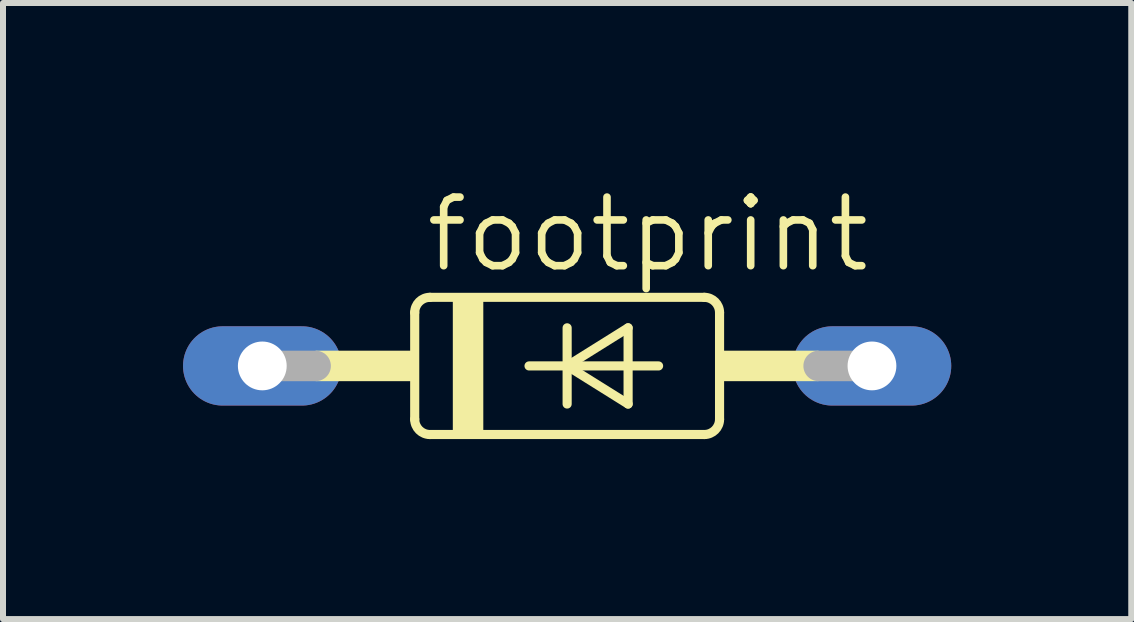
<source format=kicad_pcb>
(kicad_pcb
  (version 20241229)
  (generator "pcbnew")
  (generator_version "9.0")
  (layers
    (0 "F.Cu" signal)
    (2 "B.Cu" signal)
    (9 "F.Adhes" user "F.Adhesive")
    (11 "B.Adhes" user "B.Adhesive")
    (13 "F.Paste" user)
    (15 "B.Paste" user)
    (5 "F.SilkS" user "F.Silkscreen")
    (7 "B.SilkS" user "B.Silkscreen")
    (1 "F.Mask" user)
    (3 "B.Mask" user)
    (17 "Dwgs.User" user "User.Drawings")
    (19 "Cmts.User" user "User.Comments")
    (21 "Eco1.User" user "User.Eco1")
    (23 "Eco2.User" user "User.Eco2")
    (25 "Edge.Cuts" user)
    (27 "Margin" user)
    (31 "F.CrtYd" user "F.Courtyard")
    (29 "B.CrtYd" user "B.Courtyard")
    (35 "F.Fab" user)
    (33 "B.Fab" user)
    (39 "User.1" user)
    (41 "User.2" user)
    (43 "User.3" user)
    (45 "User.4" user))
  (footprint "footprint"
    (layer "F.Cu")
    (at 6.401 3.048)
    (property "Reference" "footprint" (at -2.413 -1.524 0) (layer "F.SilkS") (effects (font (size 1.143 1.143) (thickness 0.127)) (justify left bottom)))
    (fp_line (start -2.54 -0.889) (end -2.54 0.889) (stroke (width 0.152) (type solid)) (layer "F.SilkS"))
    (fp_line (start -2.286 -1.143) (end 2.286 -1.143) (stroke (width 0.152) (type solid)) (layer "F.SilkS"))
    (fp_line (start -2.286 1.143) (end 2.286 1.143) (stroke (width 0.152) (type solid)) (layer "F.SilkS"))
    (fp_line (start -0.635 0) (end 0 0) (stroke (width 0.152) (type solid)) (layer "F.SilkS"))
    (fp_line (start 0 -0.635) (end 0 0) (stroke (width 0.152) (type solid)) (layer "F.SilkS"))
    (fp_line (start 0 0) (end 0 0.635) (stroke (width 0.152) (type solid)) (layer "F.SilkS"))
    (fp_line (start 0 0) (end 1.016 -0.635) (stroke (width 0.152) (type solid)) (layer "F.SilkS"))
    (fp_line (start 0 0) (end 1.524 0) (stroke (width 0.152) (type solid)) (layer "F.SilkS"))
    (fp_line (start 1.016 -0.635) (end 1.016 0.635) (stroke (width 0.152) (type solid)) (layer "F.SilkS"))
    (fp_line (start 1.016 0.635) (end 0 0) (stroke (width 0.152) (type solid)) (layer "F.SilkS"))
    (fp_line (start 2.54 0.889) (end 2.54 -0.889) (stroke (width 0.152) (type solid)) (layer "F.SilkS"))
    (fp_arc (start -2.54 -0.889) (mid -2.465605 -1.068605) (end -2.286 -1.143) (stroke (width 0.1524) (type solid)) (layer "F.SilkS"))
    (fp_arc (start -2.286 1.143) (mid -2.465605 1.068605) (end -2.54 0.889) (stroke (width 0.1524) (type solid)) (layer "F.SilkS"))
    (fp_arc (start 2.286 -1.143) (mid 2.465605 -1.068605) (end 2.54 -0.889) (stroke (width 0.1524) (type solid)) (layer "F.SilkS"))
    (fp_arc (start 2.54 0.889) (mid 2.465605 1.068605) (end 2.286 1.143) (stroke (width 0.1524) (type solid)) (layer "F.SilkS"))
    (fp_poly (pts (xy -4.191 0.254) (xy -2.54 0.254) (xy -2.54 -0.254) (xy -4.191 -0.254)) (stroke (width 0) (type solid)) (fill yes) (layer "F.SilkS"))
    (fp_poly (pts (xy -1.905 1.143) (xy -1.397 1.143) (xy -1.397 -1.143) (xy -1.905 -1.143)) (stroke (width 0) (type solid)) (fill yes) (layer "F.SilkS"))
    (fp_poly (pts (xy 2.54 0.254) (xy 4.191 0.254) (xy 4.191 -0.254) (xy 2.54 -0.254)) (stroke (width 0) (type solid)) (fill yes) (layer "F.SilkS"))
    (fp_line (start -5.08 0) (end -4.191 0) (stroke (width 0.508) (type solid)) (layer "F.Fab"))
    (fp_line (start 5.08 0) (end 4.191 0) (stroke (width 0.508) (type solid)) (layer "F.Fab"))
    (pad "A" thru_hole oval (at 5.08 0) (size 2.642 1.321) (drill 0.813) (layers "*.Cu" "*.Mask"))
    (pad "C" thru_hole oval (at -5.08 0) (size 2.642 1.321) (drill 0.813) (layers "*.Cu" "*.Mask")))
  (gr_rect
    (start -3 -3)
    (end 15.802 7.267)
    (stroke (width 0.1) (type default))
    (fill no)
    (layer "Edge.Cuts")))
</source>
